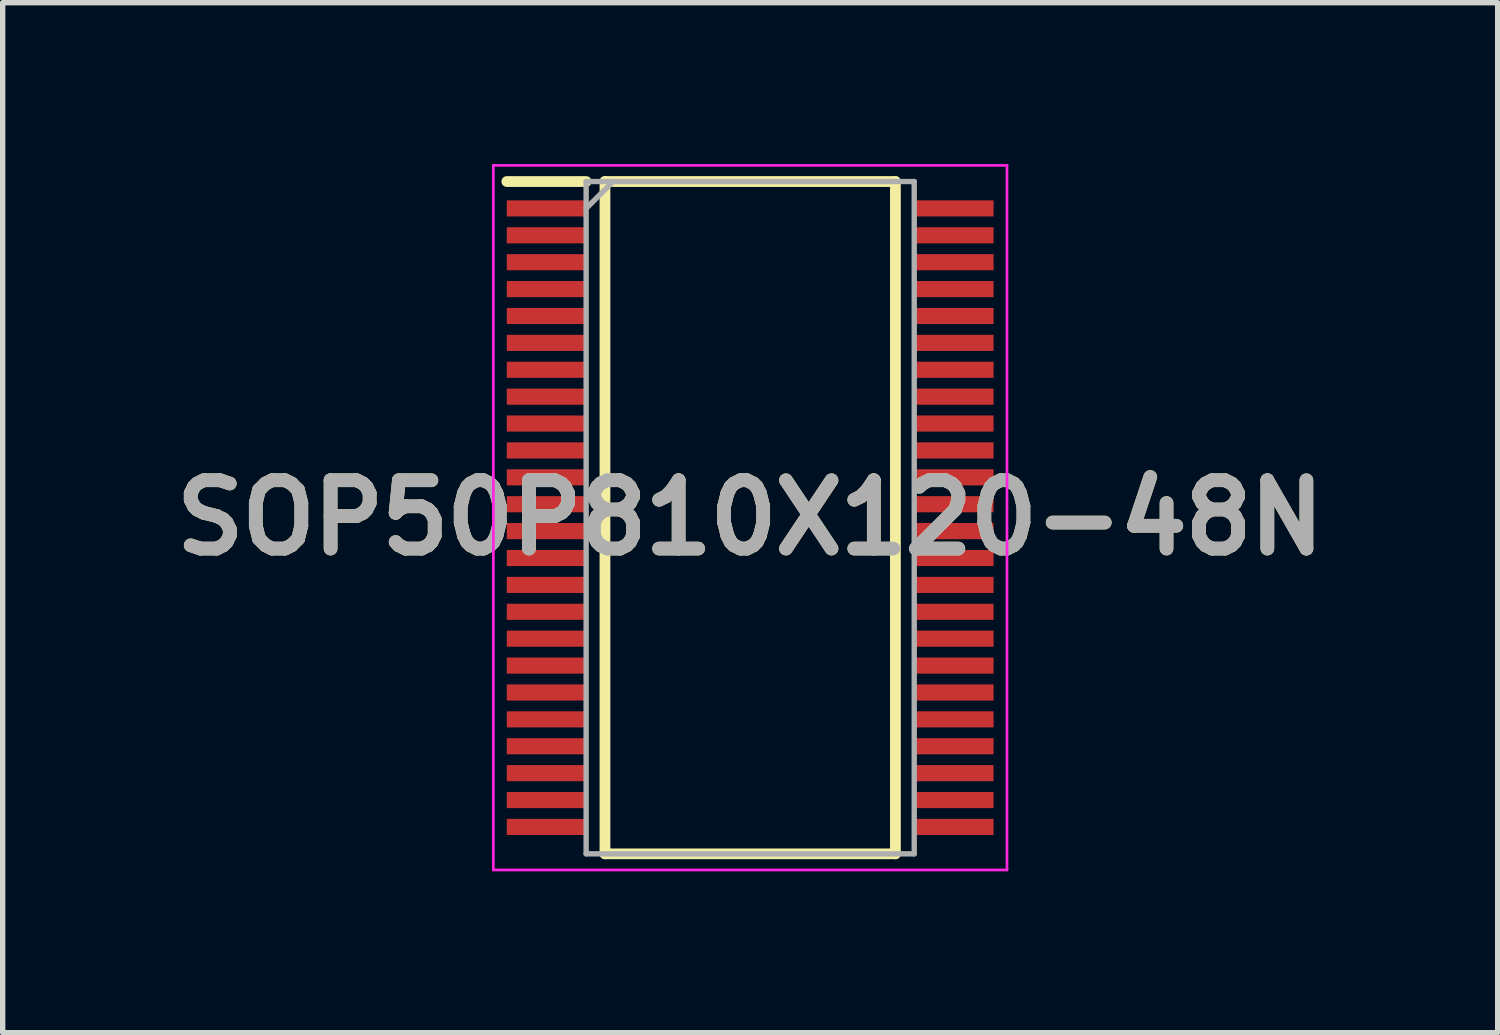
<source format=kicad_pcb>
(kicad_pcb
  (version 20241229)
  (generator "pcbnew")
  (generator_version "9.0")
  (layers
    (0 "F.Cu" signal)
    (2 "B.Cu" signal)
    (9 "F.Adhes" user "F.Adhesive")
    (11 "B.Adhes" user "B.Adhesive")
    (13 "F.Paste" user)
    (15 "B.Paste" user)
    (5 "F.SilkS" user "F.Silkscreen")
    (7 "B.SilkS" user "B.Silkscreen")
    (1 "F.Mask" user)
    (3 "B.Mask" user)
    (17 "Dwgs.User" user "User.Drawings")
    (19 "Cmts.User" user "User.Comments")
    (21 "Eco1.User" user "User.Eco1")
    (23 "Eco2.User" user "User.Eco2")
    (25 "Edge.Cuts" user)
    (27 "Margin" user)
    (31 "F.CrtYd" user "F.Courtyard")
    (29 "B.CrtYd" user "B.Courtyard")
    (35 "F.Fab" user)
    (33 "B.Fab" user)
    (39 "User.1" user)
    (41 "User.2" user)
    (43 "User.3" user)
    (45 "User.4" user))
  (footprint "SOP50P810X120-48N"
    (layer "F.Cu")
    (at 10.898 6.575)
    (property "Reference" "SOP50P810X120-48N" (at 0 0 0) (layer "F.SilkS") (effects (font (size 1.27 1.27) (thickness 0.254))))
    (attr smd)
    (fp_line (start -4.525 -6.25) (end -3.05 -6.25) (stroke (width 0.2) (type solid)) (layer "F.SilkS"))
    (fp_line (start -2.7 -6.25) (end 2.7 -6.25) (stroke (width 0.2) (type solid)) (layer "F.SilkS"))
    (fp_line (start -2.7 6.25) (end -2.7 -6.25) (stroke (width 0.2) (type solid)) (layer "F.SilkS"))
    (fp_line (start 2.7 -6.25) (end 2.7 6.25) (stroke (width 0.2) (type solid)) (layer "F.SilkS"))
    (fp_line (start 2.7 6.25) (end -2.7 6.25) (stroke (width 0.2) (type solid)) (layer "F.SilkS"))
    (fp_line (start -4.775 -6.55) (end 4.775 -6.55) (stroke (width 0.05) (type solid)) (layer "F.CrtYd"))
    (fp_line (start -4.775 6.55) (end -4.775 -6.55) (stroke (width 0.05) (type solid)) (layer "F.CrtYd"))
    (fp_line (start 4.775 -6.55) (end 4.775 6.55) (stroke (width 0.05) (type solid)) (layer "F.CrtYd"))
    (fp_line (start 4.775 6.55) (end -4.775 6.55) (stroke (width 0.05) (type solid)) (layer "F.CrtYd"))
    (fp_line (start -3.05 -6.25) (end 3.05 -6.25) (stroke (width 0.1) (type solid)) (layer "F.Fab"))
    (fp_line (start -3.05 -5.75) (end -2.55 -6.25) (stroke (width 0.1) (type solid)) (layer "F.Fab"))
    (fp_line (start -3.05 6.25) (end -3.05 -6.25) (stroke (width 0.1) (type solid)) (layer "F.Fab"))
    (fp_line (start 3.05 -6.25) (end 3.05 6.25) (stroke (width 0.1) (type solid)) (layer "F.Fab"))
    (fp_line (start 3.05 6.25) (end -3.05 6.25) (stroke (width 0.1) (type solid)) (layer "F.Fab"))
    (fp_text user "${REFERENCE}" (at 0 0 0) (layer "F.Fab") (effects (font (size 1.27 1.27) (thickness 0.254))))
    (pad "1" smd rect (at -3.788 -5.75 90) (size 0.3 1.475) (layers "F.Cu" "F.Mask" "F.Paste"))
    (pad "2" smd rect (at -3.788 -5.25 90) (size 0.3 1.475) (layers "F.Cu" "F.Mask" "F.Paste"))
    (pad "3" smd rect (at -3.788 -4.75 90) (size 0.3 1.475) (layers "F.Cu" "F.Mask" "F.Paste"))
    (pad "4" smd rect (at -3.788 -4.25 90) (size 0.3 1.475) (layers "F.Cu" "F.Mask" "F.Paste"))
    (pad "5" smd rect (at -3.788 -3.75 90) (size 0.3 1.475) (layers "F.Cu" "F.Mask" "F.Paste"))
    (pad "6" smd rect (at -3.788 -3.25 90) (size 0.3 1.475) (layers "F.Cu" "F.Mask" "F.Paste"))
    (pad "7" smd rect (at -3.788 -2.75 90) (size 0.3 1.475) (layers "F.Cu" "F.Mask" "F.Paste"))
    (pad "8" smd rect (at -3.788 -2.25 90) (size 0.3 1.475) (layers "F.Cu" "F.Mask" "F.Paste"))
    (pad "9" smd rect (at -3.788 -1.75 90) (size 0.3 1.475) (layers "F.Cu" "F.Mask" "F.Paste"))
    (pad "10" smd rect (at -3.788 -1.25 90) (size 0.3 1.475) (layers "F.Cu" "F.Mask" "F.Paste"))
    (pad "11" smd rect (at -3.788 -0.75 90) (size 0.3 1.475) (layers "F.Cu" "F.Mask" "F.Paste"))
    (pad "12" smd rect (at -3.788 -0.25 90) (size 0.3 1.475) (layers "F.Cu" "F.Mask" "F.Paste"))
    (pad "13" smd rect (at -3.788 0.25 90) (size 0.3 1.475) (layers "F.Cu" "F.Mask" "F.Paste"))
    (pad "14" smd rect (at -3.788 0.75 90) (size 0.3 1.475) (layers "F.Cu" "F.Mask" "F.Paste"))
    (pad "15" smd rect (at -3.788 1.25 90) (size 0.3 1.475) (layers "F.Cu" "F.Mask" "F.Paste"))
    (pad "16" smd rect (at -3.788 1.75 90) (size 0.3 1.475) (layers "F.Cu" "F.Mask" "F.Paste"))
    (pad "17" smd rect (at -3.788 2.25 90) (size 0.3 1.475) (layers "F.Cu" "F.Mask" "F.Paste"))
    (pad "18" smd rect (at -3.788 2.75 90) (size 0.3 1.475) (layers "F.Cu" "F.Mask" "F.Paste"))
    (pad "19" smd rect (at -3.788 3.25 90) (size 0.3 1.475) (layers "F.Cu" "F.Mask" "F.Paste"))
    (pad "20" smd rect (at -3.788 3.75 90) (size 0.3 1.475) (layers "F.Cu" "F.Mask" "F.Paste"))
    (pad "21" smd rect (at -3.788 4.25 90) (size 0.3 1.475) (layers "F.Cu" "F.Mask" "F.Paste"))
    (pad "22" smd rect (at -3.788 4.75 90) (size 0.3 1.475) (layers "F.Cu" "F.Mask" "F.Paste"))
    (pad "23" smd rect (at -3.788 5.25 90) (size 0.3 1.475) (layers "F.Cu" "F.Mask" "F.Paste"))
    (pad "24" smd rect (at -3.788 5.75 90) (size 0.3 1.475) (layers "F.Cu" "F.Mask" "F.Paste"))
    (pad "25" smd rect (at 3.788 5.75 90) (size 0.3 1.475) (layers "F.Cu" "F.Mask" "F.Paste"))
    (pad "26" smd rect (at 3.788 5.25 90) (size 0.3 1.475) (layers "F.Cu" "F.Mask" "F.Paste"))
    (pad "27" smd rect (at 3.788 4.75 90) (size 0.3 1.475) (layers "F.Cu" "F.Mask" "F.Paste"))
    (pad "28" smd rect (at 3.788 4.25 90) (size 0.3 1.475) (layers "F.Cu" "F.Mask" "F.Paste"))
    (pad "29" smd rect (at 3.788 3.75 90) (size 0.3 1.475) (layers "F.Cu" "F.Mask" "F.Paste"))
    (pad "30" smd rect (at 3.788 3.25 90) (size 0.3 1.475) (layers "F.Cu" "F.Mask" "F.Paste"))
    (pad "31" smd rect (at 3.788 2.75 90) (size 0.3 1.475) (layers "F.Cu" "F.Mask" "F.Paste"))
    (pad "32" smd rect (at 3.788 2.25 90) (size 0.3 1.475) (layers "F.Cu" "F.Mask" "F.Paste"))
    (pad "33" smd rect (at 3.788 1.75 90) (size 0.3 1.475) (layers "F.Cu" "F.Mask" "F.Paste"))
    (pad "34" smd rect (at 3.788 1.25 90) (size 0.3 1.475) (layers "F.Cu" "F.Mask" "F.Paste"))
    (pad "35" smd rect (at 3.788 0.75 90) (size 0.3 1.475) (layers "F.Cu" "F.Mask" "F.Paste"))
    (pad "36" smd rect (at 3.788 0.25 90) (size 0.3 1.475) (layers "F.Cu" "F.Mask" "F.Paste"))
    (pad "37" smd rect (at 3.788 -0.25 90) (size 0.3 1.475) (layers "F.Cu" "F.Mask" "F.Paste"))
    (pad "38" smd rect (at 3.788 -0.75 90) (size 0.3 1.475) (layers "F.Cu" "F.Mask" "F.Paste"))
    (pad "39" smd rect (at 3.788 -1.25 90) (size 0.3 1.475) (layers "F.Cu" "F.Mask" "F.Paste"))
    (pad "40" smd rect (at 3.788 -1.75 90) (size 0.3 1.475) (layers "F.Cu" "F.Mask" "F.Paste"))
    (pad "41" smd rect (at 3.788 -2.25 90) (size 0.3 1.475) (layers "F.Cu" "F.Mask" "F.Paste"))
    (pad "42" smd rect (at 3.788 -2.75 90) (size 0.3 1.475) (layers "F.Cu" "F.Mask" "F.Paste"))
    (pad "43" smd rect (at 3.788 -3.25 90) (size 0.3 1.475) (layers "F.Cu" "F.Mask" "F.Paste"))
    (pad "44" smd rect (at 3.788 -3.75 90) (size 0.3 1.475) (layers "F.Cu" "F.Mask" "F.Paste"))
    (pad "45" smd rect (at 3.788 -4.25 90) (size 0.3 1.475) (layers "F.Cu" "F.Mask" "F.Paste"))
    (pad "46" smd rect (at 3.788 -4.75 90) (size 0.3 1.475) (layers "F.Cu" "F.Mask" "F.Paste"))
    (pad "47" smd rect (at 3.788 -5.25 90) (size 0.3 1.475) (layers "F.Cu" "F.Mask" "F.Paste"))
    (pad "48" smd rect (at 3.788 -5.75 90) (size 0.3 1.475) (layers "F.Cu" "F.Mask" "F.Paste")))
  (gr_rect
    (start -3 -3)
    (end 24.796 16.15)
    (stroke (width 0.1) (type default))
    (fill no)
    (layer "Edge.Cuts")))
</source>
